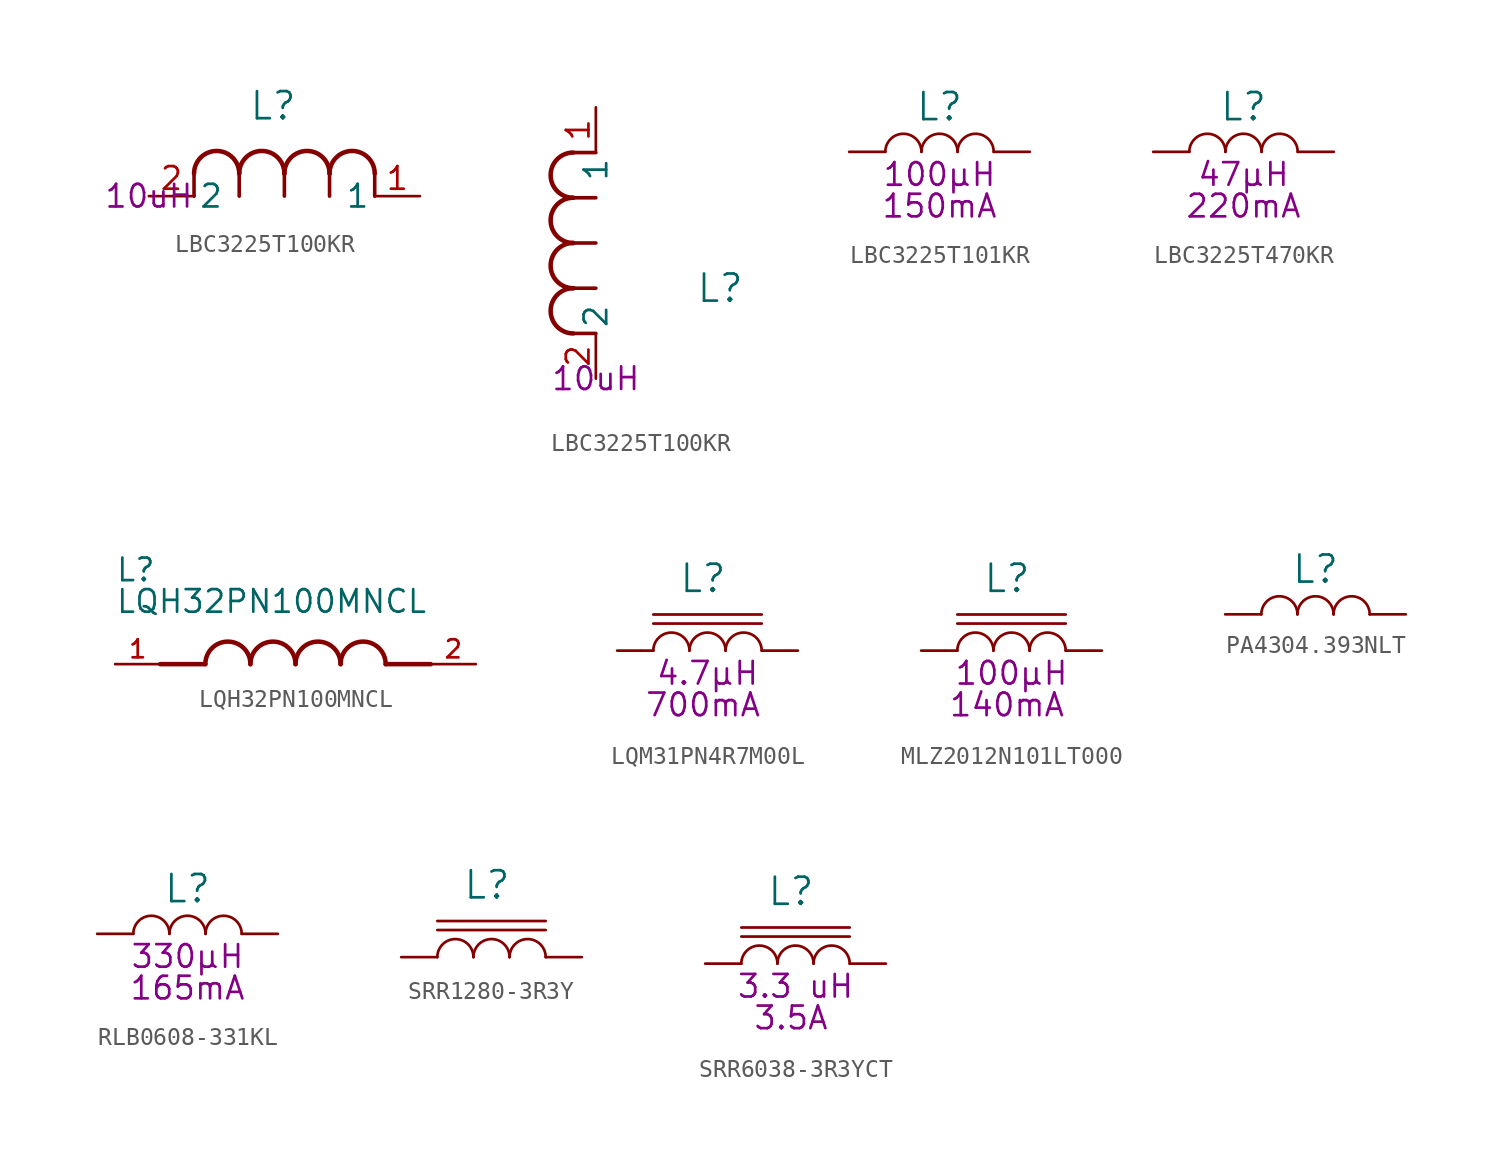
<source format=kicad_sym>
(kicad_symbol_lib
  (version 20231120)
  (generator "kicad_symbol_editor")
  (generator_version "8.0")
  (symbol "LBC3225T100KR"
    (pin_names
      (offset 0.254))
    (property "Reference" "L"
      (at 6.985 5.08 0)
      (effects (font (size 1.524 1.524))))
    (property "Inductance (Henry)" "10uH"
      (at 0 0 0)
      (effects (font (size 1.27 1.27))))
    (symbol "LBC3225T100KR_1_1"
      (polyline (pts (xy 2.54 0) (xy 2.54 1.27)) (stroke (width 0.203) (type default)) (fill (type none)))
      (polyline (pts (xy 5.08 0) (xy 5.08 1.27)) (stroke (width 0.203) (type default)) (fill (type none)))
      (polyline (pts (xy 7.62 0) (xy 7.62 1.27)) (stroke (width 0.203) (type default)) (fill (type none)))
      (polyline (pts (xy 10.16 0) (xy 10.16 1.27)) (stroke (width 0.203) (type default)) (fill (type none)))
      (polyline (pts (xy 12.7 0) (xy 12.7 1.27)) (stroke (width 0.203) (type default)) (fill (type none)))
      (arc (start 5.08 1.27) (mid 3.81 2.5344) (end 2.54 1.27) (stroke (width 0.254) (type default)) (fill (type none)))
      (arc (start 7.62 1.27) (mid 6.35 2.5344) (end 5.08 1.27) (stroke (width 0.254) (type default)) (fill (type none)))
      (arc (start 10.16 1.27) (mid 8.89 2.5344) (end 7.62 1.27) (stroke (width 0.254) (type default)) (fill (type none)))
      (arc (start 12.7 1.27) (mid 11.43 2.5344) (end 10.16 1.27) (stroke (width 0.254) (type default)) (fill (type none)))
      (pin unspecified line (at 15.24 0 180) (length 2.54) (name "1" (effects (font (size 1.27 1.27)))) (number "1" (effects (font (size 1.27 1.27)))))
      (pin unspecified line (at 0 0 0) (length 2.54) (name "2" (effects (font (size 1.27 1.27)))) (number "2" (effects (font (size 1.27 1.27))))))
    (symbol "LBC3225T100KR_1_2"
      (arc (start -1.27 5.08) (mid -2.5344 3.81) (end -1.27 2.54) (stroke (width 0.254) (type default)) (fill (type none)))
      (arc (start -1.27 7.62) (mid -2.5344 6.35) (end -1.27 5.08) (stroke (width 0.254) (type default)) (fill (type none)))
      (arc (start -1.27 10.16) (mid -2.5344 8.89) (end -1.27 7.62) (stroke (width 0.254) (type default)) (fill (type none)))
      (arc (start -1.27 12.7) (mid -2.5344 11.43) (end -1.27 10.16) (stroke (width 0.254) (type default)) (fill (type none)))
      (polyline (pts (xy 0 2.54) (xy -1.27 2.54)) (stroke (width 0.203) (type default)) (fill (type none)))
      (polyline (pts (xy 0 5.08) (xy -1.27 5.08)) (stroke (width 0.203) (type default)) (fill (type none)))
      (polyline (pts (xy 0 7.62) (xy -1.27 7.62)) (stroke (width 0.203) (type default)) (fill (type none)))
      (polyline (pts (xy 0 10.16) (xy -1.27 10.16)) (stroke (width 0.203) (type default)) (fill (type none)))
      (polyline (pts (xy 0 12.7) (xy -1.27 12.7)) (stroke (width 0.203) (type default)) (fill (type none)))
      (pin unspecified line (at 0 15.24 270) (length 2.54) (name "1" (effects (font (size 1.27 1.27)))) (number "1" (effects (font (size 1.27 1.27)))))
      (pin unspecified line (at 0 0 90) (length 2.54) (name "2" (effects (font (size 1.27 1.27)))) (number "2" (effects (font (size 1.27 1.27)))))))
  (symbol "LBC3225T101KR"
    (pin_numbers hide)
    (pin_names
      (offset 0) hide)
    (property "Reference" "L"
      (at 0 2.54 0)
      (effects (font (size 1.524 1.524))))
    (property "Inductance (Henry)" "100µH"
      (at 0 -1.27 0)
      (effects (font (size 1.27 1.27))))
    (property "Current Rating (Ampere)" "150mA"
      (at 0 -3.048 0)
      (effects (font (size 1.27 1.27))))
    (symbol "LBC3225T101KR_0_1"
      (arc (start -1.016 0) (mid -2.032 1.0116) (end -3.048 0) (stroke (width 0) (type default)) (fill (type none)))
      (arc (start 1.016 0) (mid 0 1.0116) (end -1.016 0) (stroke (width 0) (type default)) (fill (type none)))
      (arc (start 3.048 0) (mid 2.032 1.0116) (end 1.016 0) (stroke (width 0) (type default)) (fill (type none))))
    (symbol "LBC3225T101KR_1_1"
      (pin passive line (at -5.08 0 0) (length 2.032) (name "1" (effects (font (size 1.27 1.27)))) (number "1" (effects (font (size 1.27 1.27)))))
      (pin passive line (at 5.08 0 180) (length 2.032) (name "2" (effects (font (size 1.27 1.27)))) (number "2" (effects (font (size 1.27 1.27)))))))
  (symbol "LBC3225T470KR"
    (pin_numbers hide)
    (pin_names
      (offset 0) hide)
    (property "Reference" "L"
      (at 0 2.54 0)
      (effects (font (size 1.524 1.524))))
    (property "Inductance (Henry)" "47µH"
      (at 0 -1.27 0)
      (effects (font (size 1.27 1.27))))
    (property "Current Rating (Ampere)" "220mA"
      (at 0 -3.048 0)
      (effects (font (size 1.27 1.27))))
    (symbol "LBC3225T470KR_0_1"
      (arc (start -1.016 0) (mid -2.032 1.0116) (end -3.048 0) (stroke (width 0) (type default)) (fill (type none)))
      (arc (start 1.016 0) (mid 0 1.0116) (end -1.016 0) (stroke (width 0) (type default)) (fill (type none)))
      (arc (start 3.048 0) (mid 2.032 1.0116) (end 1.016 0) (stroke (width 0) (type default)) (fill (type none))))
    (symbol "LBC3225T470KR_1_1"
      (pin passive line (at -5.08 0 0) (length 2.032) (name "1" (effects (font (size 1.27 1.27)))) (number "1" (effects (font (size 1.27 1.27)))))
      (pin passive line (at 5.08 0 180) (length 2.032) (name "2" (effects (font (size 1.27 1.27)))) (number "2" (effects (font (size 1.27 1.27)))))))
  (symbol "LQH32PN100MNCL"
    (pin_names
      (offset 1.016))
    (property "Reference" "L"
      (at -10.16 4.572 0)
      (effects (font (size 1.27 1.27)) (justify left bottom)))
    (property "Value" "LQH32PN100MNCL"
      (at -10.16 2.794 0)
      (effects (font (size 1.27 1.27)) (justify left bottom)))
    (symbol "LQH32PN100MNCL_0_0"
      (arc (start -2.54 0) (mid -3.81 1.2645) (end -5.08 0) (stroke (width 0.254) (type default)) (fill (type none)))
      (arc (start 0 0) (mid -1.27 1.2645) (end -2.54 0) (stroke (width 0.254) (type default)) (fill (type none)))
      (polyline (pts (xy -5.08 0) (xy -7.62 0)) (stroke (width 0.254) (type default)) (fill (type none)))
      (polyline (pts (xy 5.08 0) (xy 7.62 0)) (stroke (width 0.254) (type default)) (fill (type none)))
      (arc (start 2.54 0) (mid 1.27 1.2645) (end 0 0) (stroke (width 0.254) (type default)) (fill (type none)))
      (arc (start 5.08 0) (mid 3.81 1.2645) (end 2.54 0) (stroke (width 0.254) (type default)) (fill (type none)))
      (pin passive line (at -10.16 0 0) (length 2.54) (name "~" (effects (font (size 1.016 1.016)))) (number "1" (effects (font (size 1.016 1.016))))))
    (symbol "LQH32PN100MNCL_1_0"
      (pin passive line (at 10.16 0 180) (length 2.54) (name "~" (effects (font (size 1.016 1.016)))) (number "2" (effects (font (size 1.016 1.016)))))))
  (symbol "LQM31PN4R7M00L"
    (pin_numbers hide)
    (pin_names
      (offset 0) hide)
    (property "Reference" "L"
      (at -0.254 4.064 0)
      (effects (font (size 1.524 1.524))))
    (property "Inductance (Henry)" "4.7µH"
      (at 0 -1.27 0)
      (effects (font (size 1.27 1.27))))
    (property "Current Rating (Ampere)" "700mA"
      (at -0.254 -3.048 0)
      (effects (font (size 1.27 1.27))))
    (symbol "LQM31PN4R7M00L_0_1"
      (arc (start -1.016 0) (mid -2.032 1.0116) (end -3.048 0) (stroke (width 0) (type default)) (fill (type none)))
      (polyline (pts (xy -3.048 1.524) (xy 3.048 1.524)) (stroke (width 0) (type default)) (fill (type none)))
      (polyline (pts (xy -3.048 2.032) (xy 3.048 2.032)) (stroke (width 0) (type default)) (fill (type none)))
      (arc (start 1.016 0) (mid 0 1.0116) (end -1.016 0) (stroke (width 0) (type default)) (fill (type none)))
      (arc (start 3.048 0) (mid 2.032 1.0116) (end 1.016 0) (stroke (width 0) (type default)) (fill (type none))))
    (symbol "LQM31PN4R7M00L_1_1"
      (pin passive line (at -5.08 0 0) (length 2.032) (name "1" (effects (font (size 1.27 1.27)))) (number "1" (effects (font (size 1.27 1.27)))))
      (pin passive line (at 5.08 0 180) (length 2.032) (name "2" (effects (font (size 1.27 1.27)))) (number "2" (effects (font (size 1.27 1.27)))))))
  (symbol "MLZ2012N101LT000"
    (pin_numbers hide)
    (pin_names
      (offset 0) hide)
    (property "Reference" "L"
      (at -0.254 4.064 0)
      (effects (font (size 1.524 1.524))))
    (property "Inductance (Henry)" "100µH"
      (at 0 -1.27 0)
      (effects (font (size 1.27 1.27))))
    (property "Current Rating (Ampere)" "140mA"
      (at -0.254 -3.048 0)
      (effects (font (size 1.27 1.27))))
    (symbol "MLZ2012N101LT000_0_1"
      (arc (start -1.016 0) (mid -2.032 1.0116) (end -3.048 0) (stroke (width 0) (type default)) (fill (type none)))
      (polyline (pts (xy -3.048 1.524) (xy 3.048 1.524)) (stroke (width 0) (type default)) (fill (type none)))
      (polyline (pts (xy -3.048 2.032) (xy 3.048 2.032)) (stroke (width 0) (type default)) (fill (type none)))
      (arc (start 1.016 0) (mid 0 1.0116) (end -1.016 0) (stroke (width 0) (type default)) (fill (type none)))
      (arc (start 3.048 0) (mid 2.032 1.0116) (end 1.016 0) (stroke (width 0) (type default)) (fill (type none))))
    (symbol "MLZ2012N101LT000_1_1"
      (pin passive line (at -5.08 0 0) (length 2.032) (name "1" (effects (font (size 1.27 1.27)))) (number "1" (effects (font (size 1.27 1.27)))))
      (pin passive line (at 5.08 0 180) (length 2.032) (name "2" (effects (font (size 1.27 1.27)))) (number "2" (effects (font (size 1.27 1.27)))))))
  (symbol "PA4304.393NLT"
    (pin_numbers hide)
    (pin_names
      (offset 0) hide)
    (property "Reference" "L"
      (at 0 2.54 0)
      (effects (font (size 1.524 1.524))))
    (symbol "PA4304.393NLT_0_1"
      (arc (start -1.016 0) (mid -2.032 1.0116) (end -3.048 0) (stroke (width 0) (type default)) (fill (type none)))
      (arc (start 1.016 0) (mid 0 1.0116) (end -1.016 0) (stroke (width 0) (type default)) (fill (type none)))
      (arc (start 3.048 0) (mid 2.032 1.0116) (end 1.016 0) (stroke (width 0) (type default)) (fill (type none))))
    (symbol "PA4304.393NLT_1_1"
      (pin passive line (at -5.08 0 0) (length 2.032) (name "1" (effects (font (size 1.27 1.27)))) (number "1" (effects (font (size 1.27 1.27)))))
      (pin passive line (at 5.08 0 180) (length 2.032) (name "2" (effects (font (size 1.27 1.27)))) (number "2" (effects (font (size 1.27 1.27)))))))
  (symbol "RLB0608-331KL"
    (pin_numbers hide)
    (pin_names
      (offset 0) hide)
    (property "Reference" "L"
      (at 0 2.54 0)
      (effects (font (size 1.524 1.524))))
    (property "Inductance (Henry)" "330µH"
      (at 0 -1.27 0)
      (effects (font (size 1.27 1.27))))
    (property "Current Rating (Ampere)" "165mA"
      (at 0 -3.048 0)
      (effects (font (size 1.27 1.27))))
    (symbol "RLB0608-331KL_0_1"
      (arc (start -1.016 0) (mid -2.032 1.0116) (end -3.048 0) (stroke (width 0) (type default)) (fill (type none)))
      (arc (start 1.016 0) (mid 0 1.0116) (end -1.016 0) (stroke (width 0) (type default)) (fill (type none)))
      (arc (start 3.048 0) (mid 2.032 1.0116) (end 1.016 0) (stroke (width 0) (type default)) (fill (type none))))
    (symbol "RLB0608-331KL_1_1"
      (pin passive line (at -5.08 0 0) (length 2.032) (name "1" (effects (font (size 1.27 1.27)))) (number "1" (effects (font (size 1.27 1.27)))))
      (pin passive line (at 5.08 0 180) (length 2.032) (name "2" (effects (font (size 1.27 1.27)))) (number "2" (effects (font (size 1.27 1.27)))))))
  (symbol "SRR1280-3R3Y"
    (pin_numbers hide)
    (pin_names
      (offset 0) hide)
    (property "Reference" "L"
      (at -0.254 4.064 0)
      (effects (font (size 1.524 1.524))))
    (symbol "SRR1280-3R3Y_0_1"
      (arc (start -1.016 0) (mid -2.032 1.0116) (end -3.048 0) (stroke (width 0) (type default)) (fill (type none)))
      (polyline (pts (xy -3.048 1.524) (xy 3.048 1.524)) (stroke (width 0) (type default)) (fill (type none)))
      (polyline (pts (xy -3.048 2.032) (xy 3.048 2.032)) (stroke (width 0) (type default)) (fill (type none)))
      (arc (start 1.016 0) (mid 0 1.0116) (end -1.016 0) (stroke (width 0) (type default)) (fill (type none)))
      (arc (start 3.048 0) (mid 2.032 1.0116) (end 1.016 0) (stroke (width 0) (type default)) (fill (type none))))
    (symbol "SRR1280-3R3Y_1_1"
      (pin passive line (at -5.08 0 0) (length 2.032) (name "1" (effects (font (size 1.27 1.27)))) (number "1" (effects (font (size 1.27 1.27)))))
      (pin passive line (at 5.08 0 180) (length 2.032) (name "2" (effects (font (size 1.27 1.27)))) (number "2" (effects (font (size 1.27 1.27)))))))
  (symbol "SRR6038-3R3YCT"
    (pin_numbers hide)
    (pin_names
      (offset 0) hide)
    (property "Reference" "L"
      (at -0.254 4.064 0)
      (effects (font (size 1.524 1.524))))
    (property "Inductance (Henry)" "3.3 uH"
      (at 0 -1.27 0)
      (effects (font (size 1.27 1.27))))
    (property "Current Rating (Ampere)" "3.5A"
      (at -0.254 -3.048 0)
      (effects (font (size 1.27 1.27))))
    (symbol "SRR6038-3R3YCT_0_1"
      (arc (start -1.016 0) (mid -2.032 1.0116) (end -3.048 0) (stroke (width 0) (type default)) (fill (type none)))
      (polyline (pts (xy -3.048 1.524) (xy 3.048 1.524)) (stroke (width 0) (type default)) (fill (type none)))
      (polyline (pts (xy -3.048 2.032) (xy 3.048 2.032)) (stroke (width 0) (type default)) (fill (type none)))
      (arc (start 1.016 0) (mid 0 1.0116) (end -1.016 0) (stroke (width 0) (type default)) (fill (type none)))
      (arc (start 3.048 0) (mid 2.032 1.0116) (end 1.016 0) (stroke (width 0) (type default)) (fill (type none))))
    (symbol "SRR6038-3R3YCT_1_1"
      (pin passive line (at -5.08 0 0) (length 2.032) (name "1" (effects (font (size 1.27 1.27)))) (number "1" (effects (font (size 1.27 1.27)))))
      (pin passive line (at 5.08 0 180) (length 2.032) (name "2" (effects (font (size 1.27 1.27)))) (number "2" (effects (font (size 1.27 1.27))))))))
</source>
